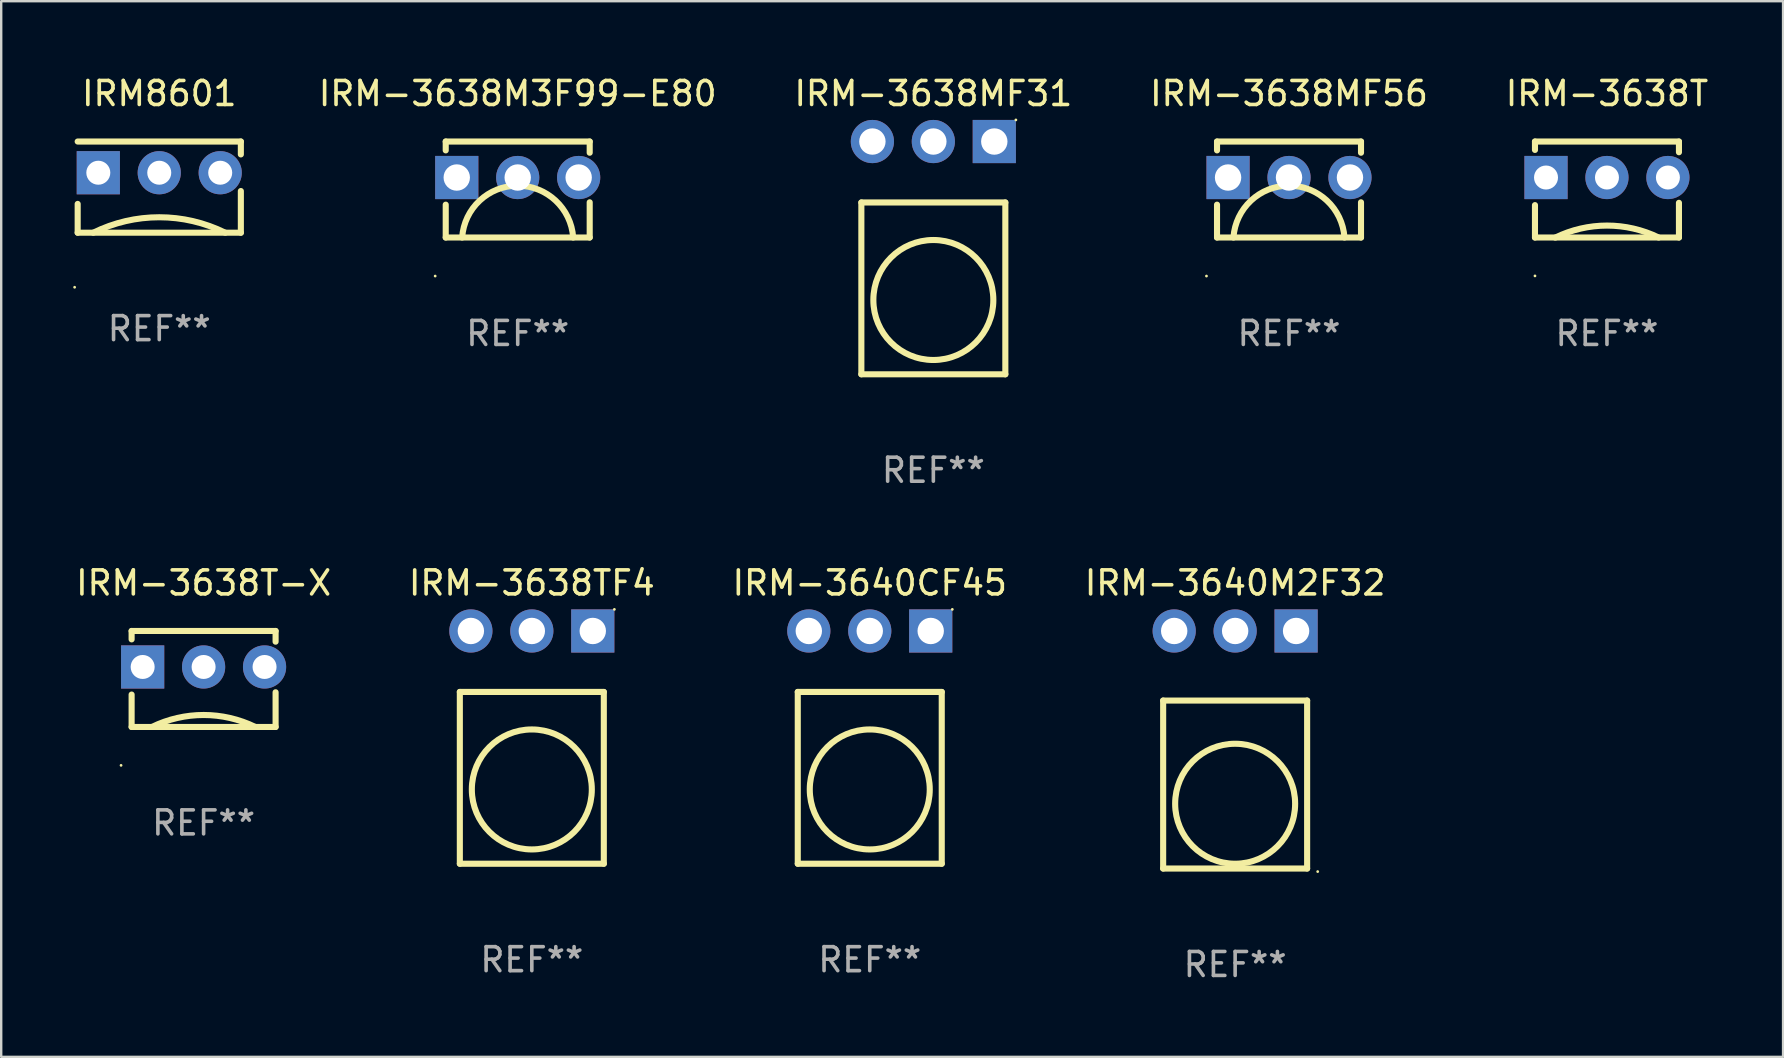
<source format=kicad_pcb>
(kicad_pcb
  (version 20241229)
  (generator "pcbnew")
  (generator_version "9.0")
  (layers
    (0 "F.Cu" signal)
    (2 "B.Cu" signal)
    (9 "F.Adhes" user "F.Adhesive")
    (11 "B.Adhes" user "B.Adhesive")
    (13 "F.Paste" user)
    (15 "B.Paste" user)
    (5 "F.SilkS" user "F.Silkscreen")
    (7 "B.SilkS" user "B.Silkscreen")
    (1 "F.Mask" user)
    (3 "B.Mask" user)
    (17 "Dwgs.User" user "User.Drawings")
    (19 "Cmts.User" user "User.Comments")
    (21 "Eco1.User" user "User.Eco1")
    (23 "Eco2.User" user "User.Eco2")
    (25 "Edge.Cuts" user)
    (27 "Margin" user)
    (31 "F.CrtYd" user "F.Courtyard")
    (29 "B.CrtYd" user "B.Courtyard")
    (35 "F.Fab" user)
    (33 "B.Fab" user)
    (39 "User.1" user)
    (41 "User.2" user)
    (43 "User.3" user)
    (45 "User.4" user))
  (footprint "IRM-3640CF45"
    (layer "F.Cu")
    (at 33.196 28.095)
    (property "Reference" "IRM-3640CF45" (at 0 -6.85 0) (layer "F.SilkS") (effects (font (size 1 1) (thickness 0.15))))
    (attr through_hole)
    (fp_line (start -3 -2.31) (end 3 -2.31) (stroke (width 0.254) (type solid)) (layer "F.SilkS"))
    (fp_line (start -3 4.85) (end -3 -2.31) (stroke (width 0.254) (type solid)) (layer "F.SilkS"))
    (fp_line (start 3 -2.31) (end 3 4.85) (stroke (width 0.254) (type solid)) (layer "F.SilkS"))
    (fp_line (start 3 4.85) (end -3 4.85) (stroke (width 0.254) (type solid)) (layer "F.SilkS"))
    (fp_circle (center 0 1.754) (end 2.5 1.754) (stroke (width 0.254) (type solid)) (fill no) (layer "F.SilkS"))
    (fp_circle (center 3.44 -5.75) (end 3.47 -5.75) (stroke (width 0.06) (type solid)) (fill no) (layer "F.SilkS"))
    (fp_text user "REF**" (at 0 8.85 0) (layer "F.Fab") (effects (font (size 1 1) (thickness 0.15))))
    (pad "1" thru_hole rect (at 2.54 -4.85) (size 1.8 1.8) (drill 1.1) (layers "*.Cu" "*.Mask"))
    (pad "2" thru_hole circle (at 0 -4.85) (size 1.8 1.8) (drill 1.1) (layers "*.Cu" "*.Mask"))
    (pad "3" thru_hole circle (at -2.54 -4.85) (size 1.8 1.8) (drill 1.1) (layers "*.Cu" "*.Mask")))
  (footprint "IRM-3640M2F32"
    (layer "F.Cu")
    (at 48.423 28.195)
    (property "Reference" "IRM-3640M2F32" (at 0 -6.95 0) (layer "F.SilkS") (effects (font (size 1 1) (thickness 0.15))))
    (attr through_hole)
    (fp_line (start -3 -2.05) (end 3 -2.05) (stroke (width 0.254) (type solid)) (layer "F.SilkS"))
    (fp_line (start -3 4.95) (end -3 -2.05) (stroke (width 0.254) (type solid)) (layer "F.SilkS"))
    (fp_line (start 3 -2.05) (end 3 4.95) (stroke (width 0.254) (type solid)) (layer "F.SilkS"))
    (fp_line (start 3 4.95) (end -3 4.95) (stroke (width 0.254) (type solid)) (layer "F.SilkS"))
    (fp_circle (center 0 2.25) (end 2.5 2.25) (stroke (width 0.254) (type solid)) (fill no) (layer "F.SilkS"))
    (fp_circle (center 3.44 5.077) (end 3.47 5.077) (stroke (width 0.06) (type solid)) (fill no) (layer "F.SilkS"))
    (fp_text user "REF**" (at 0 8.95 0) (layer "F.Fab") (effects (font (size 1 1) (thickness 0.15))))
    (pad "1" thru_hole rect (at 2.54 -4.95) (size 1.8 1.8) (drill 1.1) (layers "*.Cu" "*.Mask"))
    (pad "2" thru_hole circle (at 0 -4.95) (size 1.8 1.8) (drill 1.1) (layers "*.Cu" "*.Mask"))
    (pad "3" thru_hole circle (at -2.54 -4.95) (size 1.8 1.8) (drill 1.1) (layers "*.Cu" "*.Mask")))
  (footprint "IRM-3638MF56"
    (layer "F.Cu")
    (at 50.668 4.848)
    (property "Reference" "IRM-3638MF56" (at 0 -4 0) (layer "F.SilkS") (effects (font (size 1 1) (thickness 0.15))))
    (attr through_hole)
    (fp_line (start -3 -2) (end -3 -1.631) (stroke (width 0.254) (type solid)) (layer "F.SilkS"))
    (fp_line (start -3 0.631) (end -3 2) (stroke (width 0.254) (type solid)) (layer "F.SilkS"))
    (fp_line (start 3 -2) (end -3 -2) (stroke (width 0.254) (type solid)) (layer "F.SilkS"))
    (fp_line (start 3 -2) (end 3 -1.533) (stroke (width 0.254) (type solid)) (layer "F.SilkS"))
    (fp_line (start 3 0.533) (end 3 2) (stroke (width 0.254) (type solid)) (layer "F.SilkS"))
    (fp_line (start 3 2) (end -3 2) (stroke (width 0.254) (type solid)) (layer "F.SilkS"))
    (fp_arc (start -2.315393 1.999999) (mid -0.002172 -0.162599) (end 2.311049 2) (stroke (width 0.254001) (type solid)) (layer "F.SilkS"))
    (fp_circle (center -3.44 3.606) (end -3.41 3.606) (stroke (width 0.06) (type solid)) (fill no) (layer "F.SilkS"))
    (fp_text user "REF**" (at 0 6 0) (layer "F.Fab") (effects (font (size 1 1) (thickness 0.15))))
    (pad "1" thru_hole rect (at -2.54 -0.5 180) (size 1.8 1.8) (drill 1.1) (layers "*.Cu" "*.Mask"))
    (pad "2" thru_hole circle (at 0 -0.5) (size 1.8 1.8) (drill 1.1) (layers "*.Cu" "*.Mask"))
    (pad "3" thru_hole circle (at 2.54 -0.5) (size 1.8 1.8) (drill 1.1) (layers "*.Cu" "*.Mask")))
  (footprint "IRM-3638MF31"
    (layer "F.Cu")
    (at 35.846 7.698)
    (property "Reference" "IRM-3638MF31" (at 0 -6.85 0) (layer "F.SilkS") (effects (font (size 1 1) (thickness 0.15))))
    (attr through_hole)
    (fp_line (start -3 -2.31) (end 3 -2.31) (stroke (width 0.254) (type solid)) (layer "F.SilkS"))
    (fp_line (start -3 4.85) (end -3 -2.31) (stroke (width 0.254) (type solid)) (layer "F.SilkS"))
    (fp_line (start 3 -2.31) (end 3 4.85) (stroke (width 0.254) (type solid)) (layer "F.SilkS"))
    (fp_line (start 3 4.85) (end -3 4.85) (stroke (width 0.254) (type solid)) (layer "F.SilkS"))
    (fp_circle (center 0 1.754) (end 2.5 1.754) (stroke (width 0.254) (type solid)) (fill no) (layer "F.SilkS"))
    (fp_circle (center 3.44 -5.75) (end 3.47 -5.75) (stroke (width 0.06) (type solid)) (fill no) (layer "F.SilkS"))
    (fp_text user "REF**" (at 0 8.85 0) (layer "F.Fab") (effects (font (size 1 1) (thickness 0.15))))
    (pad "1" thru_hole rect (at 2.54 -4.85) (size 1.8 1.8) (drill 1.1) (layers "*.Cu" "*.Mask"))
    (pad "2" thru_hole circle (at 0 -4.85) (size 1.8 1.8) (drill 1.1) (layers "*.Cu" "*.Mask"))
    (pad "3" thru_hole circle (at -2.54 -4.85) (size 1.8 1.8) (drill 1.1) (layers "*.Cu" "*.Mask")))
  (footprint "IRM-3638TF4"
    (layer "F.Cu")
    (at 19.113 28.095)
    (property "Reference" "IRM-3638TF4" (at 0 -6.85 0) (layer "F.SilkS") (effects (font (size 1 1) (thickness 0.15))))
    (attr through_hole)
    (fp_line (start -3 -2.31) (end 3 -2.31) (stroke (width 0.254) (type solid)) (layer "F.SilkS"))
    (fp_line (start -3 4.85) (end -3 -2.31) (stroke (width 0.254) (type solid)) (layer "F.SilkS"))
    (fp_line (start 3 -2.31) (end 3 4.85) (stroke (width 0.254) (type solid)) (layer "F.SilkS"))
    (fp_line (start 3 4.85) (end -3 4.85) (stroke (width 0.254) (type solid)) (layer "F.SilkS"))
    (fp_circle (center 0 1.754) (end 2.5 1.754) (stroke (width 0.254) (type solid)) (fill no) (layer "F.SilkS"))
    (fp_circle (center 3.44 -5.75) (end 3.47 -5.75) (stroke (width 0.06) (type solid)) (fill no) (layer "F.SilkS"))
    (fp_text user "REF**" (at 0 8.85 0) (layer "F.Fab") (effects (font (size 1 1) (thickness 0.15))))
    (pad "1" thru_hole rect (at 2.54 -4.85) (size 1.8 1.8) (drill 1.1) (layers "*.Cu" "*.Mask"))
    (pad "2" thru_hole circle (at 0 -4.85) (size 1.8 1.8) (drill 1.1) (layers "*.Cu" "*.Mask"))
    (pad "3" thru_hole circle (at -2.54 -4.85) (size 1.8 1.8) (drill 1.1) (layers "*.Cu" "*.Mask")))
  (footprint "IRM-3638M3F99-E80"
    (layer "F.Cu")
    (at 18.525 4.848)
    (property "Reference" "IRM-3638M3F99-E80" (at 0 -4 0) (layer "F.SilkS") (effects (font (size 1 1) (thickness 0.15))))
    (attr through_hole)
    (fp_line (start -3 -2) (end -3 -1.631) (stroke (width 0.254) (type solid)) (layer "F.SilkS"))
    (fp_line (start -3 0.631) (end -3 2) (stroke (width 0.254) (type solid)) (layer "F.SilkS"))
    (fp_line (start 3 -2) (end -3 -2) (stroke (width 0.254) (type solid)) (layer "F.SilkS"))
    (fp_line (start 3 -2) (end 3 -1.533) (stroke (width 0.254) (type solid)) (layer "F.SilkS"))
    (fp_line (start 3 0.533) (end 3 2) (stroke (width 0.254) (type solid)) (layer "F.SilkS"))
    (fp_line (start 3 2) (end -3 2) (stroke (width 0.254) (type solid)) (layer "F.SilkS"))
    (fp_arc (start -2.315393 1.999999) (mid -0.002172 -0.162599) (end 2.311049 2) (stroke (width 0.254001) (type solid)) (layer "F.SilkS"))
    (fp_circle (center -3.44 3.606) (end -3.41 3.606) (stroke (width 0.06) (type solid)) (fill no) (layer "F.SilkS"))
    (fp_text user "REF**" (at 0 6 0) (layer "F.Fab") (effects (font (size 1 1) (thickness 0.15))))
    (pad "1" thru_hole rect (at -2.54 -0.5 180) (size 1.8 1.8) (drill 1.1) (layers "*.Cu" "*.Mask"))
    (pad "2" thru_hole circle (at 0 -0.5) (size 1.8 1.8) (drill 1.1) (layers "*.Cu" "*.Mask"))
    (pad "3" thru_hole circle (at 2.54 -0.5) (size 1.8 1.8) (drill 1.1) (layers "*.Cu" "*.Mask")))
  (footprint "IRM-3638T"
    (layer "F.Cu")
    (at 63.918 4.848)
    (property "Reference" "IRM-3638T" (at 0 -4 0) (layer "F.SilkS") (effects (font (size 1 1) (thickness 0.15))))
    (attr through_hole)
    (fp_line (start -3 -2) (end 3 -2) (stroke (width 0.254) (type solid)) (layer "F.SilkS"))
    (fp_line (start -3 -1.65) (end -3 -2) (stroke (width 0.254) (type solid)) (layer "F.SilkS"))
    (fp_line (start -3 2) (end -3 0.65) (stroke (width 0.254) (type solid)) (layer "F.SilkS"))
    (fp_line (start -3 2) (end 3 2) (stroke (width 0.254) (type solid)) (layer "F.SilkS"))
    (fp_line (start 3 -1.554) (end 3 -2) (stroke (width 0.254) (type solid)) (layer "F.SilkS"))
    (fp_line (start 3 2) (end 3 0.554) (stroke (width 0.254) (type solid)) (layer "F.SilkS"))
    (fp_arc (start -2.153061 2.003327) (mid 0.000122 1.502752) (end 2.154077 1.999999) (stroke (width 0.254001) (type solid)) (layer "F.SilkS"))
    (fp_circle (center -3 3.6) (end -2.97 3.6) (stroke (width 0.06) (type solid)) (fill no) (layer "F.SilkS"))
    (fp_text user "REF**" (at 0 6 0) (layer "F.Fab") (effects (font (size 1 1) (thickness 0.15))))
    (pad "1" thru_hole rect (at -2.54 -0.5) (size 1.8 1.8) (drill 1) (layers "*.Cu" "*.Mask"))
    (pad "2" thru_hole circle (at -0.000178 -0.5) (size 1.8 1.8) (drill 1) (layers "*.Cu" "*.Mask"))
    (pad "3" thru_hole circle (at 2.54 -0.5) (size 1.8 1.8) (drill 1) (layers "*.Cu" "*.Mask")))
  (footprint "IRM8601"
    (layer "F.Cu")
    (at 3.587 4.748)
    (property "Reference" "IRM8601" (at 0 -3.9 0) (layer "F.SilkS") (effects (font (size 1 1) (thickness 0.15))))
    (attr through_hole)
    (fp_line (start -3.4 -1.9) (end 3.4 -1.9) (stroke (width 0.254) (type solid)) (layer "F.SilkS"))
    (fp_line (start -3.4 1.9) (end 3.4 1.9) (stroke (width 0.254) (type solid)) (layer "F.SilkS"))
    (fp_line (start -3.4 0.7) (end -3.4 1.9) (stroke (width 0.254) (type solid)) (layer "F.SilkS"))
    (fp_line (start 3.4 -1.363) (end 3.4 -1.9) (stroke (width 0.254) (type solid)) (layer "F.SilkS"))
    (fp_line (start 3.4 1.9) (end 3.4 0.163) (stroke (width 0.254) (type solid)) (layer "F.SilkS"))
    (fp_arc (start -2.75 1.9) (mid 0 1.256051) (end 2.75 1.9) (stroke (width 0.254001) (type solid)) (layer "F.SilkS"))
    (fp_circle (center -3.527 4.173) (end -3.497 4.173) (stroke (width 0.06) (type solid)) (fill no) (layer "F.SilkS"))
    (fp_text user "REF**" (at 0 5.9 0) (layer "F.Fab") (effects (font (size 1 1) (thickness 0.15))))
    (pad "1" thru_hole rect (at -2.54 -0.6) (size 1.8 1.8) (drill 1) (layers "*.Cu" "*.Mask"))
    (pad "2" thru_hole circle (at -0.000445 -0.6) (size 1.8 1.8) (drill 1) (layers "*.Cu" "*.Mask"))
    (pad "3" thru_hole circle (at 2.54 -0.6) (size 1.8 1.8) (drill 1) (layers "*.Cu" "*.Mask")))
  (footprint "IRM-3638T-X"
    (layer "F.Cu")
    (at 5.435 25.245)
    (property "Reference" "IRM-3638T-X" (at 0 -4 0) (layer "F.SilkS") (effects (font (size 1 1) (thickness 0.15))))
    (attr through_hole)
    (fp_line (start -3 -2) (end 3 -2) (stroke (width 0.254) (type solid)) (layer "F.SilkS"))
    (fp_line (start -3 -1.65) (end -3 -2) (stroke (width 0.254) (type solid)) (layer "F.SilkS"))
    (fp_line (start -3 2) (end -3 0.65) (stroke (width 0.254) (type solid)) (layer "F.SilkS"))
    (fp_line (start -3 2) (end 3 2) (stroke (width 0.254) (type solid)) (layer "F.SilkS"))
    (fp_line (start 3 -1.554) (end 3 -2) (stroke (width 0.254) (type solid)) (layer "F.SilkS"))
    (fp_line (start 3 2) (end 3 0.554) (stroke (width 0.254) (type solid)) (layer "F.SilkS"))
    (fp_arc (start -2.154077 2) (mid 0 1.501432) (end 2.154076 2) (stroke (width 0.254001) (type solid)) (layer "F.SilkS"))
    (fp_circle (center -3.44 3.6) (end -3.41 3.6) (stroke (width 0.06) (type solid)) (fill no) (layer "F.SilkS"))
    (fp_text user "REF**" (at 0 6 0) (layer "F.Fab") (effects (font (size 1 1) (thickness 0.15))))
    (pad "1" thru_hole rect (at -2.54 -0.5) (size 1.8 1.8) (drill 1) (layers "*.Cu" "*.Mask"))
    (pad "2" thru_hole circle (at -0.000178 -0.5) (size 1.8 1.8) (drill 1) (layers "*.Cu" "*.Mask"))
    (pad "3" thru_hole circle (at 2.54 -0.5) (size 1.8 1.8) (drill 1) (layers "*.Cu" "*.Mask")))
  (gr_rect
    (start -3 -3)
    (end 71.257 40.993)
    (stroke (width 0.1) (type default))
    (fill no)
    (layer "Edge.Cuts")))
</source>
